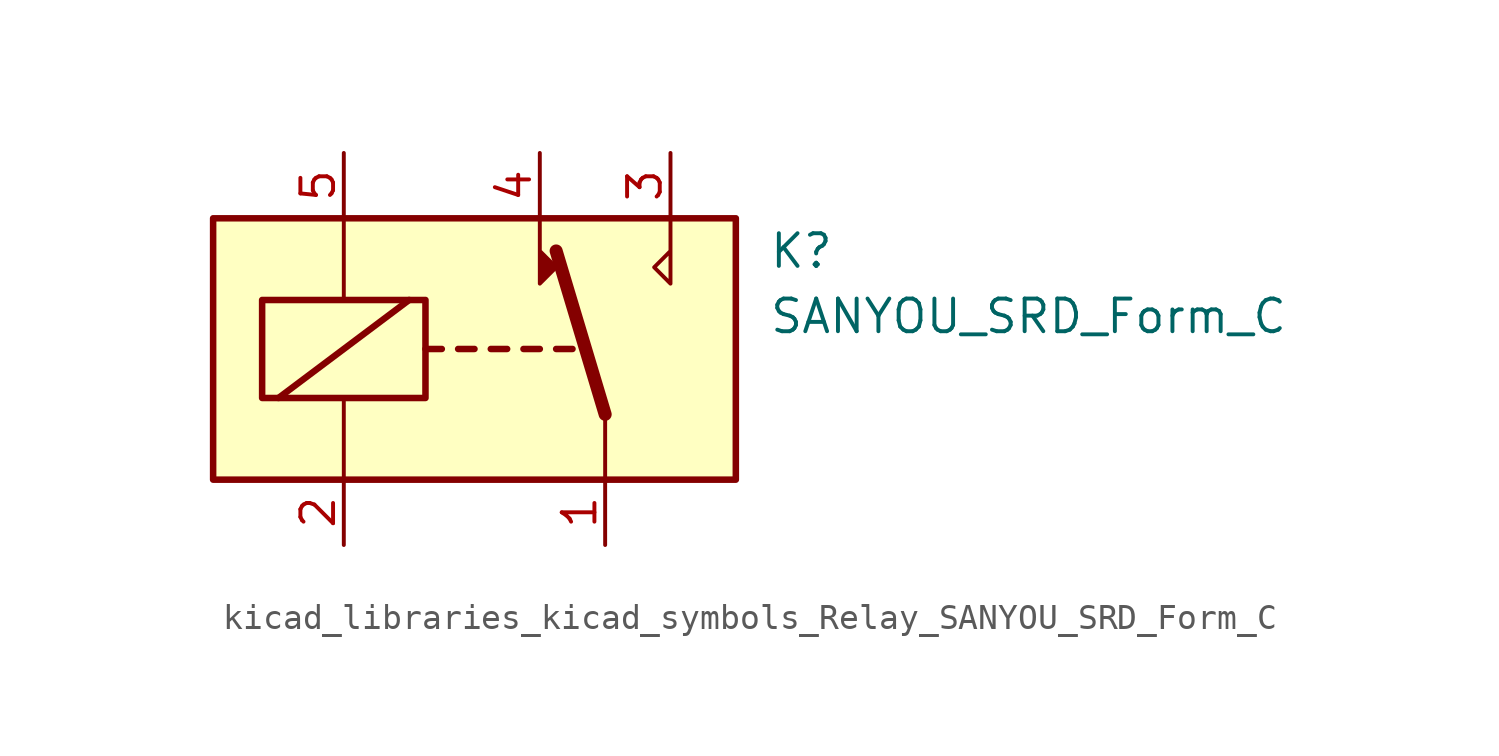
<source format=kicad_sym>
(kicad_symbol_lib
  (version 20220914)
  (generator kicad_symbol_editor)
  (symbol "kicad_libraries_kicad_symbols_Relay_SANYOU_SRD_Form_C"
    (property "Reference" "K"
      (at 11.43 3.81 0)
      (effects (font (size 1.27 1.27)) (justify left)))
    (property "Value" "SANYOU_SRD_Form_C"
      (at 11.43 1.27 0)
      (effects (font (size 1.27 1.27)) (justify left)))
    (symbol "kicad_libraries_kicad_symbols_Relay_SANYOU_SRD_Form_C_0_0"
      (polyline (pts (xy 7.62 5.08) (xy 7.62 2.54) (xy 6.985 3.175) (xy 7.62 3.81)) (stroke (width 0) (type default)) (fill (type none))))
    (symbol "kicad_libraries_kicad_symbols_Relay_SANYOU_SRD_Form_C_0_1"
      (rectangle (start -10.16 5.08) (end 10.16 -5.08) (stroke (width 0.254) (type default)) (fill (type background)))
      (rectangle (start -8.255 1.905) (end -1.905 -1.905) (stroke (width 0.254) (type default)) (fill (type none)))
      (polyline (pts (xy -7.62 -1.905) (xy -2.54 1.905)) (stroke (width 0.254) (type default)) (fill (type none)))
      (polyline (pts (xy -5.08 -5.08) (xy -5.08 -1.905)) (stroke (width 0) (type default)) (fill (type none)))
      (polyline (pts (xy -5.08 5.08) (xy -5.08 1.905)) (stroke (width 0) (type default)) (fill (type none)))
      (polyline (pts (xy -1.905 0) (xy -1.27 0)) (stroke (width 0.254) (type default)) (fill (type none)))
      (polyline (pts (xy -0.635 0) (xy 0 0)) (stroke (width 0.254) (type default)) (fill (type none)))
      (polyline (pts (xy 0.635 0) (xy 1.27 0)) (stroke (width 0.254) (type default)) (fill (type none)))
      (polyline (pts (xy 1.905 0) (xy 2.54 0)) (stroke (width 0.254) (type default)) (fill (type none)))
      (polyline (pts (xy 3.175 0) (xy 3.81 0)) (stroke (width 0.254) (type default)) (fill (type none)))
      (polyline (pts (xy 5.08 -2.54) (xy 3.175 3.81)) (stroke (width 0.508) (type default)) (fill (type none)))
      (polyline (pts (xy 5.08 -2.54) (xy 5.08 -5.08)) (stroke (width 0) (type default)) (fill (type none))))
    (symbol "kicad_libraries_kicad_symbols_Relay_SANYOU_SRD_Form_C_1_1"
      (polyline (pts (xy 2.54 3.81) (xy 3.175 3.175) (xy 2.54 2.54) (xy 2.54 5.08)) (stroke (width 0) (type default)) (fill (type outline)))
      (pin passive line (at 5.08 -7.62 90) (length 2.54) (name "~" (effects (font (size 1.27 1.27)))) (number "1" (effects (font (size 1.27 1.27)))))
      (pin passive line (at -5.08 -7.62 90) (length 2.54) (name "~" (effects (font (size 1.27 1.27)))) (number "2" (effects (font (size 1.27 1.27)))))
      (pin passive line (at 7.62 7.62 270) (length 2.54) (name "~" (effects (font (size 1.27 1.27)))) (number "3" (effects (font (size 1.27 1.27)))))
      (pin passive line (at 2.54 7.62 270) (length 2.54) (name "~" (effects (font (size 1.27 1.27)))) (number "4" (effects (font (size 1.27 1.27)))))
      (pin passive line (at -5.08 7.62 270) (length 2.54) (name "~" (effects (font (size 1.27 1.27)))) (number "5" (effects (font (size 1.27 1.27))))))))
</source>
